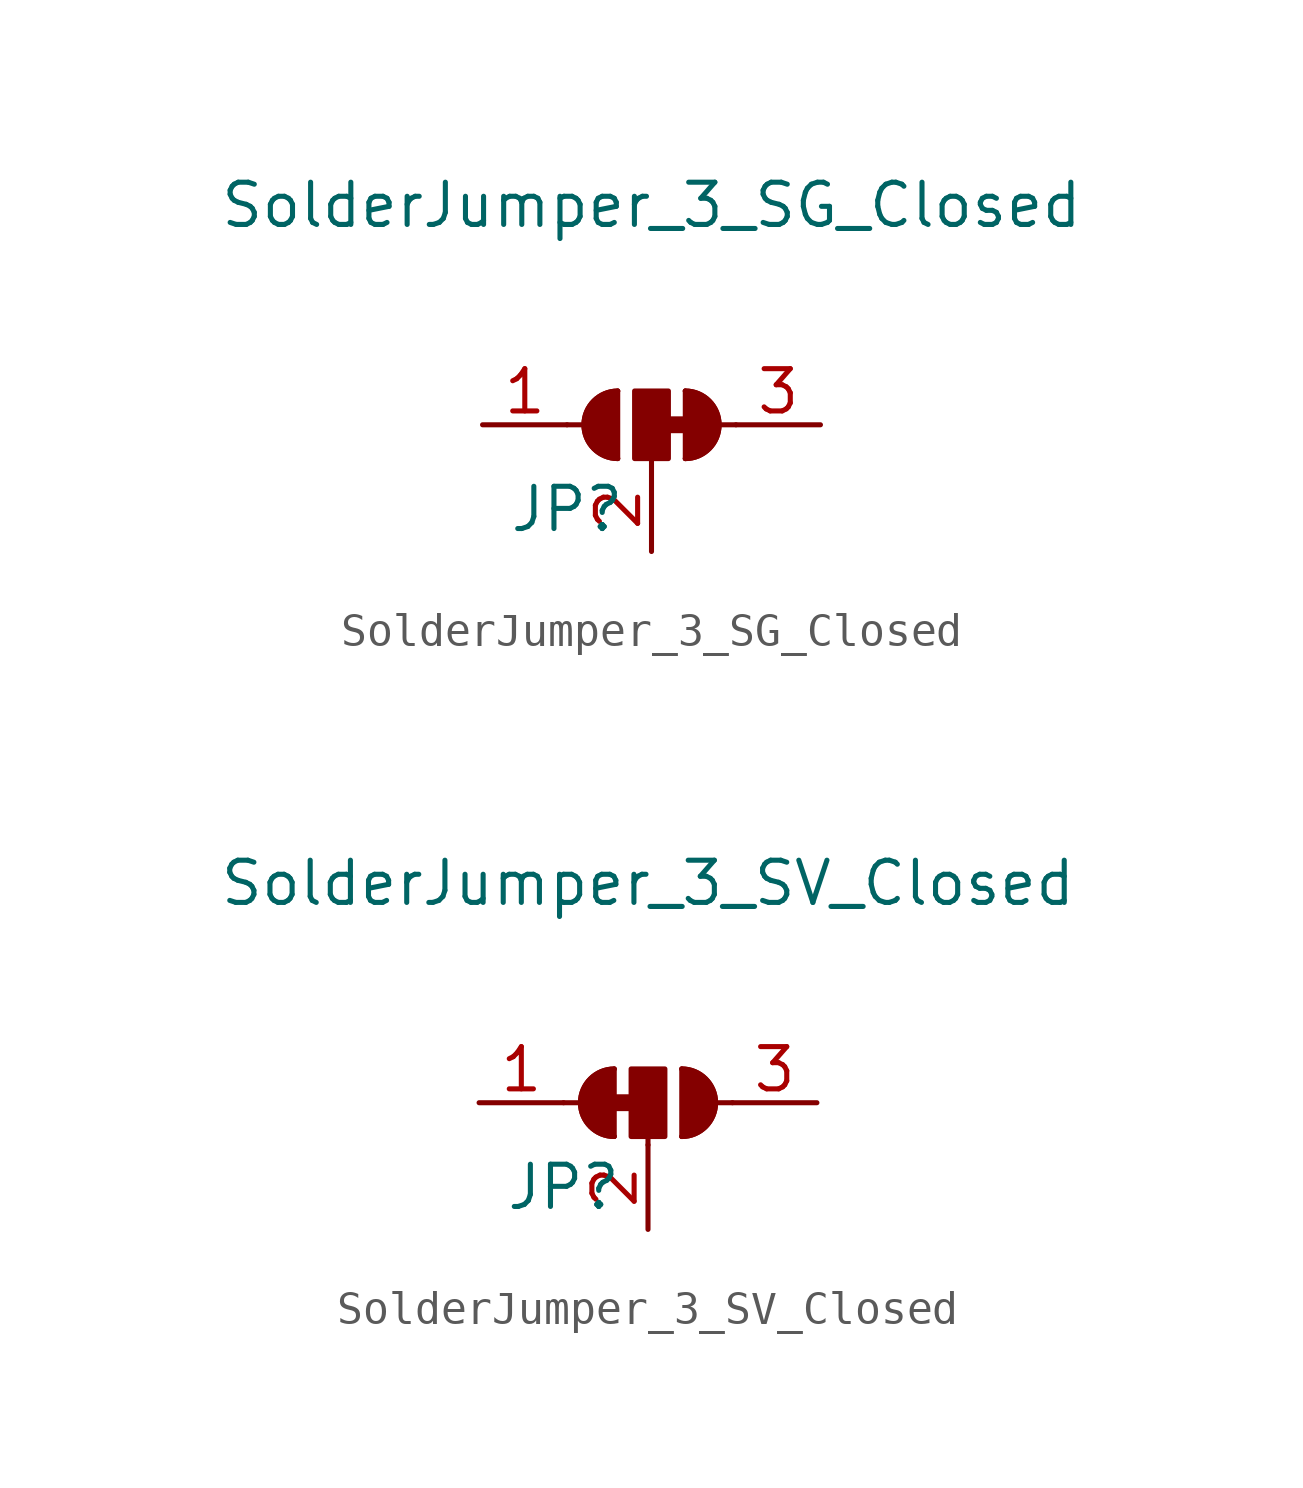
<source format=kicad_sym>
(kicad_symbol_lib
  (version 20231120)
  (generator "kicad_symbol_editor")
  (generator_version "8.0")
  (symbol "SolderJumper_3_SG_Closed"
    (pin_names
      (offset 0) hide)
    (property "Reference" "JP"
      (at -2.54 -2.54 0)
      (effects (font (size 1.27 1.27))))
    (property "Value" "SolderJumper_3_SG_Closed"
      (at 0 6.604 0)
      (effects (font (size 1.27 1.27))))
    (symbol "SolderJumper_3_SG_Closed_0_1"
      (arc (start -1.016 1.016) (mid -2.0276 0) (end -1.016 -1.016) (stroke (width 0) (type default)) (fill (type none)))
      (arc (start -1.016 1.016) (mid -2.0276 0) (end -1.016 -1.016) (stroke (width 0) (type default)) (fill (type outline)))
      (rectangle (start -0.508 1.016) (end 0.508 -1.016) (stroke (width 0) (type default)) (fill (type outline)))
      (polyline (pts (xy -2.54 0) (xy -2.032 0)) (stroke (width 0) (type default)) (fill (type none)))
      (polyline (pts (xy -1.016 1.016) (xy -1.016 -1.016)) (stroke (width 0) (type default)) (fill (type none)))
      (polyline (pts (xy 0 -1.27) (xy 0 -1.016)) (stroke (width 0) (type default)) (fill (type none)))
      (polyline (pts (xy 1.016 1.016) (xy 1.016 -1.016)) (stroke (width 0) (type default)) (fill (type none)))
      (polyline (pts (xy 2.54 0) (xy 2.032 0)) (stroke (width 0) (type default)) (fill (type none)))
      (arc (start 1.016 -1.016) (mid 2.0276 0) (end 1.016 1.016) (stroke (width 0) (type default)) (fill (type none)))
      (arc (start 1.016 -1.016) (mid 2.0276 0) (end 1.016 1.016) (stroke (width 0) (type default)) (fill (type outline))))
    (symbol "SolderJumper_3_SG_Closed_1_1"
      (polyline (pts (xy 0 0) (xy 1.27 0)) (stroke (width 0.508) (type default)) (fill (type none)))
      (pin passive line (at -5.08 0 0) (length 2.54) (name "A" (effects (font (size 1.27 1.27)))) (number "1" (effects (font (size 1.27 1.27)))))
      (pin passive line (at 0 -3.81 90) (length 2.54) (name "C" (effects (font (size 1.27 1.27)))) (number "2" (effects (font (size 1.27 1.27)))))
      (pin passive line (at 5.08 0 180) (length 2.54) (name "B" (effects (font (size 1.27 1.27)))) (number "3" (effects (font (size 1.27 1.27)))))))
  (symbol "SolderJumper_3_SV_Closed"
    (pin_names
      (offset 0) hide)
    (property "Reference" "JP"
      (at -2.54 -2.54 0)
      (effects (font (size 1.27 1.27))))
    (property "Value" "SolderJumper_3_SV_Closed"
      (at 0 6.604 0)
      (effects (font (size 1.27 1.27))))
    (symbol "SolderJumper_3_SV_Closed_0_1"
      (arc (start -1.016 1.016) (mid -2.0276 0) (end -1.016 -1.016) (stroke (width 0) (type default)) (fill (type none)))
      (arc (start -1.016 1.016) (mid -2.0276 0) (end -1.016 -1.016) (stroke (width 0) (type default)) (fill (type outline)))
      (rectangle (start -0.508 1.016) (end 0.508 -1.016) (stroke (width 0) (type default)) (fill (type outline)))
      (polyline (pts (xy -2.54 0) (xy -2.032 0)) (stroke (width 0) (type default)) (fill (type none)))
      (polyline (pts (xy -1.016 1.016) (xy -1.016 -1.016)) (stroke (width 0) (type default)) (fill (type none)))
      (polyline (pts (xy 0 -1.27) (xy 0 -1.016)) (stroke (width 0) (type default)) (fill (type none)))
      (polyline (pts (xy 1.016 1.016) (xy 1.016 -1.016)) (stroke (width 0) (type default)) (fill (type none)))
      (polyline (pts (xy 2.54 0) (xy 2.032 0)) (stroke (width 0) (type default)) (fill (type none)))
      (arc (start 1.016 -1.016) (mid 2.0276 0) (end 1.016 1.016) (stroke (width 0) (type default)) (fill (type none)))
      (arc (start 1.016 -1.016) (mid 2.0276 0) (end 1.016 1.016) (stroke (width 0) (type default)) (fill (type outline))))
    (symbol "SolderJumper_3_SV_Closed_1_1"
      (polyline (pts (xy -1.27 0) (xy 0 0)) (stroke (width 0.508) (type default)) (fill (type none)))
      (pin passive line (at -5.08 0 0) (length 2.54) (name "A" (effects (font (size 1.27 1.27)))) (number "1" (effects (font (size 1.27 1.27)))))
      (pin passive line (at 0 -3.81 90) (length 2.54) (name "C" (effects (font (size 1.27 1.27)))) (number "2" (effects (font (size 1.27 1.27)))))
      (pin passive line (at 5.08 0 180) (length 2.54) (name "B" (effects (font (size 1.27 1.27)))) (number "3" (effects (font (size 1.27 1.27))))))))
</source>
